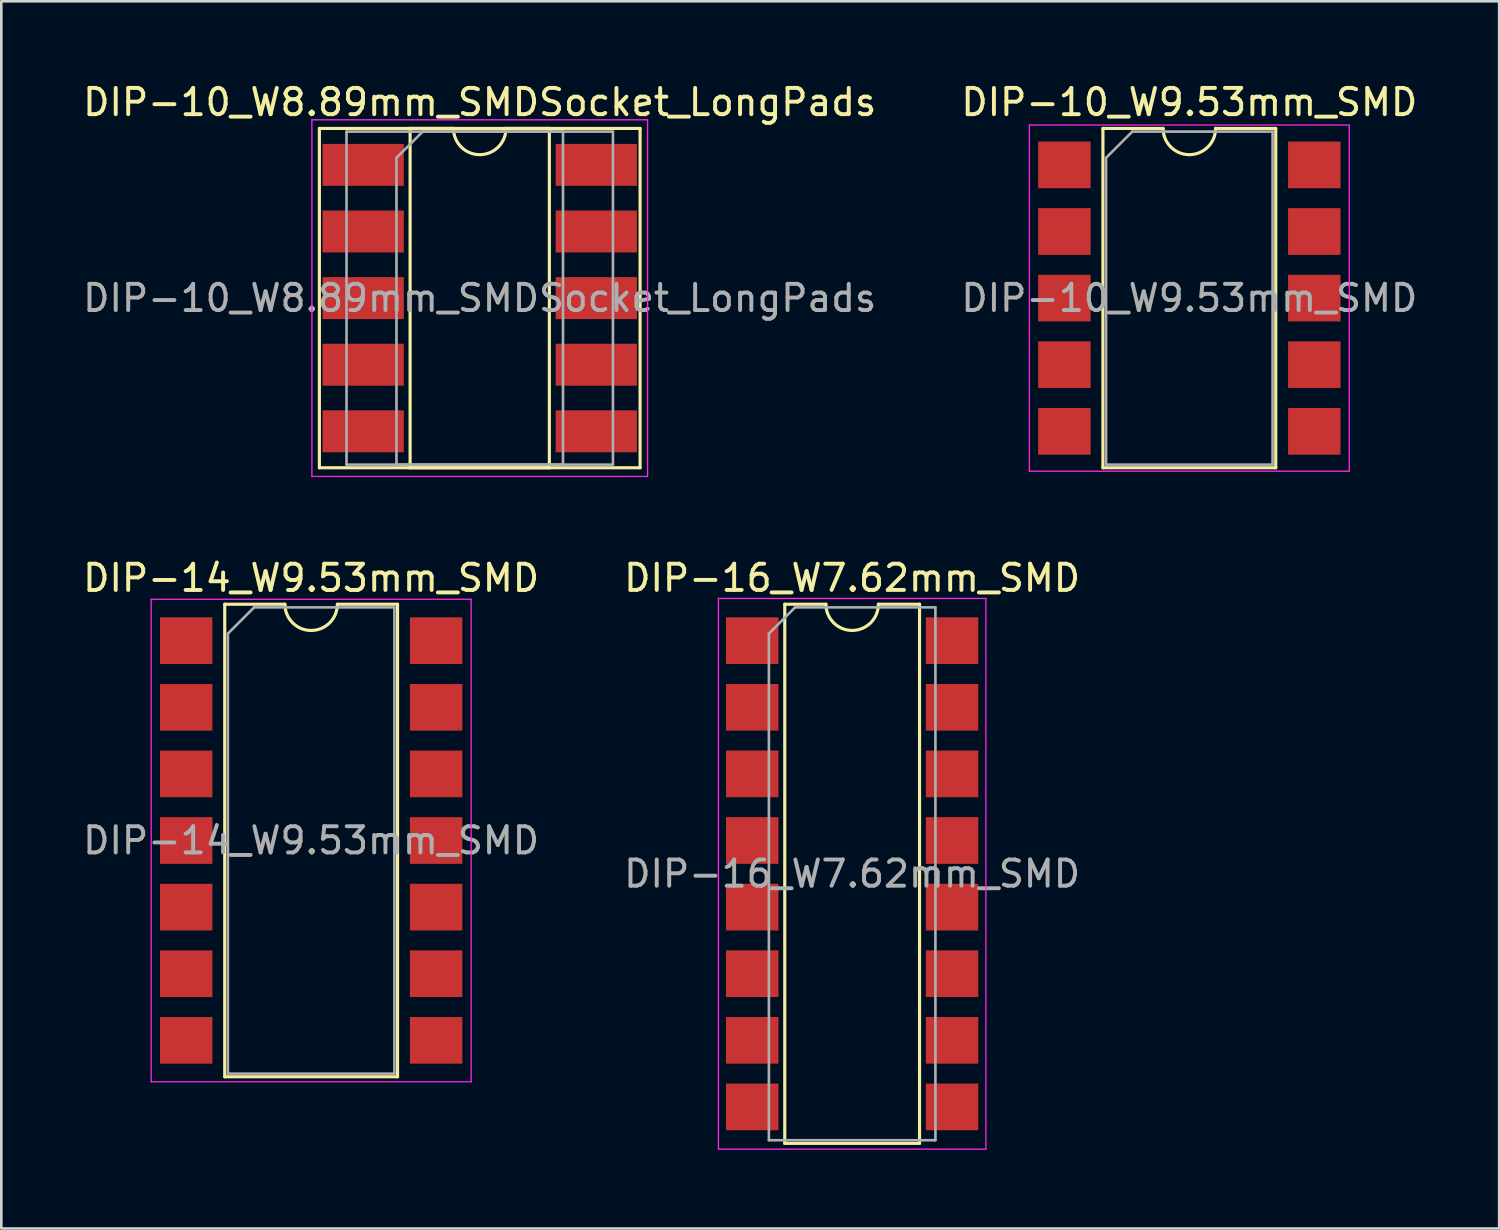
<source format=kicad_pcb>
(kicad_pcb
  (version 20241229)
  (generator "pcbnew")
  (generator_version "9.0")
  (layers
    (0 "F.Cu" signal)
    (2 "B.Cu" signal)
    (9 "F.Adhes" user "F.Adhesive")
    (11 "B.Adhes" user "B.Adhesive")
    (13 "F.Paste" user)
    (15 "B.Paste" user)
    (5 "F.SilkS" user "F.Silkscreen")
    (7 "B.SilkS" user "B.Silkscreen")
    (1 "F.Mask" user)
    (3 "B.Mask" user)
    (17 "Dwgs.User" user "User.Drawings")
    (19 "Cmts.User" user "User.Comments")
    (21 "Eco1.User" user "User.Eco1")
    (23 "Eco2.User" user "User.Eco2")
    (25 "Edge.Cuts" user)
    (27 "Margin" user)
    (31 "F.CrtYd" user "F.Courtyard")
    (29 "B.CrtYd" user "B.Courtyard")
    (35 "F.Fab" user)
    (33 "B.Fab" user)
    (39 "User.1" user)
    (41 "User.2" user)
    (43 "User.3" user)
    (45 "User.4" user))
  (footprint "DIP-10_W8.89mm_SMDSocket_LongPads"
    (layer "F.Cu")
    (at 15.244 8.318)
    (property "Reference" "DIP-10_W8.89mm_SMDSocket_LongPads" (at 0 -7.47 0) (layer "F.SilkS") (effects (font (size 1 1) (thickness 0.15))))
    (attr smd)
    (fp_line (start -6.115 -6.47) (end -6.115 6.47) (stroke (width 0.12) (type solid)) (layer "F.SilkS"))
    (fp_line (start -6.115 6.47) (end 6.115 6.47) (stroke (width 0.12) (type solid)) (layer "F.SilkS"))
    (fp_line (start -2.655 -6.47) (end -2.655 6.47) (stroke (width 0.12) (type solid)) (layer "F.SilkS"))
    (fp_line (start -2.655 6.47) (end 2.655 6.47) (stroke (width 0.12) (type solid)) (layer "F.SilkS"))
    (fp_line (start -1 -6.47) (end -2.655 -6.47) (stroke (width 0.12) (type solid)) (layer "F.SilkS"))
    (fp_line (start 2.655 -6.47) (end 1 -6.47) (stroke (width 0.12) (type solid)) (layer "F.SilkS"))
    (fp_line (start 2.655 6.47) (end 2.655 -6.47) (stroke (width 0.12) (type solid)) (layer "F.SilkS"))
    (fp_line (start 6.115 -6.47) (end -6.115 -6.47) (stroke (width 0.12) (type solid)) (layer "F.SilkS"))
    (fp_line (start 6.115 6.47) (end 6.115 -6.47) (stroke (width 0.12) (type solid)) (layer "F.SilkS"))
    (fp_arc (start 1 -6.47) (mid 0 -5.47) (end -1 -6.47) (stroke (width 0.12) (type solid)) (layer "F.SilkS"))
    (fp_line (start -6.4 -6.8) (end -6.4 6.8) (stroke (width 0.05) (type solid)) (layer "F.CrtYd"))
    (fp_line (start -6.4 6.8) (end 6.4 6.8) (stroke (width 0.05) (type solid)) (layer "F.CrtYd"))
    (fp_line (start 6.4 -6.8) (end -6.4 -6.8) (stroke (width 0.05) (type solid)) (layer "F.CrtYd"))
    (fp_line (start 6.4 6.8) (end 6.4 -6.8) (stroke (width 0.05) (type solid)) (layer "F.CrtYd"))
    (fp_line (start -5.08 -6.35) (end -5.08 6.35) (stroke (width 0.1) (type solid)) (layer "F.Fab"))
    (fp_line (start -5.08 6.35) (end 5.08 6.35) (stroke (width 0.1) (type solid)) (layer "F.Fab"))
    (fp_line (start -3.175 -5.35) (end -2.175 -6.35) (stroke (width 0.1) (type solid)) (layer "F.Fab"))
    (fp_line (start -3.175 6.35) (end -3.175 -5.35) (stroke (width 0.1) (type solid)) (layer "F.Fab"))
    (fp_line (start -2.175 -6.35) (end 3.175 -6.35) (stroke (width 0.1) (type solid)) (layer "F.Fab"))
    (fp_line (start 3.175 -6.35) (end 3.175 6.35) (stroke (width 0.1) (type solid)) (layer "F.Fab"))
    (fp_line (start 3.175 6.35) (end -3.175 6.35) (stroke (width 0.1) (type solid)) (layer "F.Fab"))
    (fp_line (start 5.08 -6.35) (end -5.08 -6.35) (stroke (width 0.1) (type solid)) (layer "F.Fab"))
    (fp_line (start 5.08 6.35) (end 5.08 -6.35) (stroke (width 0.1) (type solid)) (layer "F.Fab"))
    (fp_text user "${REFERENCE}" (at 0 0 0) (layer "F.Fab") (effects (font (size 1 1) (thickness 0.15))))
    (pad "1" smd rect (at -4.445 -5.08) (size 3.1 1.6) (layers "F.Cu" "F.Mask" "F.Paste"))
    (pad "2" smd rect (at -4.445 -2.54) (size 3.1 1.6) (layers "F.Cu" "F.Mask" "F.Paste"))
    (pad "3" smd rect (at -4.445 0) (size 3.1 1.6) (layers "F.Cu" "F.Mask" "F.Paste"))
    (pad "4" smd rect (at -4.445 2.54) (size 3.1 1.6) (layers "F.Cu" "F.Mask" "F.Paste"))
    (pad "5" smd rect (at -4.445 5.08) (size 3.1 1.6) (layers "F.Cu" "F.Mask" "F.Paste"))
    (pad "6" smd rect (at 4.445 5.08) (size 3.1 1.6) (layers "F.Cu" "F.Mask" "F.Paste"))
    (pad "7" smd rect (at 4.445 2.54) (size 3.1 1.6) (layers "F.Cu" "F.Mask" "F.Paste"))
    (pad "8" smd rect (at 4.445 0) (size 3.1 1.6) (layers "F.Cu" "F.Mask" "F.Paste"))
    (pad "9" smd rect (at 4.445 -2.54) (size 3.1 1.6) (layers "F.Cu" "F.Mask" "F.Paste"))
    (pad "10" smd rect (at 4.445 -5.08) (size 3.1 1.6) (layers "F.Cu" "F.Mask" "F.Paste")))
  (footprint "DIP-16_W7.62mm_SMD"
    (layer "F.Cu")
    (at 29.446 30.271)
    (property "Reference" "DIP-16_W7.62mm_SMD" (at 0 -11.28 0) (layer "F.SilkS") (effects (font (size 1 1) (thickness 0.15))))
    (attr smd)
    (fp_line (start -2.57 -10.28) (end -2.57 10.28) (stroke (width 0.12) (type solid)) (layer "F.SilkS"))
    (fp_line (start -2.57 10.28) (end 2.57 10.28) (stroke (width 0.12) (type solid)) (layer "F.SilkS"))
    (fp_line (start -1 -10.28) (end -2.57 -10.28) (stroke (width 0.12) (type solid)) (layer "F.SilkS"))
    (fp_line (start 2.57 -10.28) (end 1 -10.28) (stroke (width 0.12) (type solid)) (layer "F.SilkS"))
    (fp_line (start 2.57 10.28) (end 2.57 -10.28) (stroke (width 0.12) (type solid)) (layer "F.SilkS"))
    (fp_arc (start 1 -10.28) (mid 0 -9.28) (end -1 -10.28) (stroke (width 0.12) (type solid)) (layer "F.SilkS"))
    (fp_line (start -5.1 -10.5) (end -5.1 10.5) (stroke (width 0.05) (type solid)) (layer "F.CrtYd"))
    (fp_line (start -5.1 10.5) (end 5.1 10.5) (stroke (width 0.05) (type solid)) (layer "F.CrtYd"))
    (fp_line (start 5.1 -10.5) (end -5.1 -10.5) (stroke (width 0.05) (type solid)) (layer "F.CrtYd"))
    (fp_line (start 5.1 10.5) (end 5.1 -10.5) (stroke (width 0.05) (type solid)) (layer "F.CrtYd"))
    (fp_line (start -3.175 -9.16) (end -2.175 -10.16) (stroke (width 0.1) (type solid)) (layer "F.Fab"))
    (fp_line (start -3.175 10.16) (end -3.175 -9.16) (stroke (width 0.1) (type solid)) (layer "F.Fab"))
    (fp_line (start -2.175 -10.16) (end 3.175 -10.16) (stroke (width 0.1) (type solid)) (layer "F.Fab"))
    (fp_line (start 3.175 -10.16) (end 3.175 10.16) (stroke (width 0.1) (type solid)) (layer "F.Fab"))
    (fp_line (start 3.175 10.16) (end -3.175 10.16) (stroke (width 0.1) (type solid)) (layer "F.Fab"))
    (fp_text user "${REFERENCE}" (at 0 0 0) (layer "F.Fab") (effects (font (size 1 1) (thickness 0.15))))
    (pad "1" smd rect (at -3.81 -8.89) (size 2 1.78) (layers "F.Cu" "F.Mask" "F.Paste"))
    (pad "2" smd rect (at -3.81 -6.35) (size 2 1.78) (layers "F.Cu" "F.Mask" "F.Paste"))
    (pad "3" smd rect (at -3.81 -3.81) (size 2 1.78) (layers "F.Cu" "F.Mask" "F.Paste"))
    (pad "4" smd rect (at -3.81 -1.27) (size 2 1.78) (layers "F.Cu" "F.Mask" "F.Paste"))
    (pad "5" smd rect (at -3.81 1.27) (size 2 1.78) (layers "F.Cu" "F.Mask" "F.Paste"))
    (pad "6" smd rect (at -3.81 3.81) (size 2 1.78) (layers "F.Cu" "F.Mask" "F.Paste"))
    (pad "7" smd rect (at -3.81 6.35) (size 2 1.78) (layers "F.Cu" "F.Mask" "F.Paste"))
    (pad "8" smd rect (at -3.81 8.89) (size 2 1.78) (layers "F.Cu" "F.Mask" "F.Paste"))
    (pad "9" smd rect (at 3.81 8.89) (size 2 1.78) (layers "F.Cu" "F.Mask" "F.Paste"))
    (pad "10" smd rect (at 3.81 6.35) (size 2 1.78) (layers "F.Cu" "F.Mask" "F.Paste"))
    (pad "11" smd rect (at 3.81 3.81) (size 2 1.78) (layers "F.Cu" "F.Mask" "F.Paste"))
    (pad "12" smd rect (at 3.81 1.27) (size 2 1.78) (layers "F.Cu" "F.Mask" "F.Paste"))
    (pad "13" smd rect (at 3.81 -1.27) (size 2 1.78) (layers "F.Cu" "F.Mask" "F.Paste"))
    (pad "14" smd rect (at 3.81 -3.81) (size 2 1.78) (layers "F.Cu" "F.Mask" "F.Paste"))
    (pad "15" smd rect (at 3.81 -6.35) (size 2 1.78) (layers "F.Cu" "F.Mask" "F.Paste"))
    (pad "16" smd rect (at 3.81 -8.89) (size 2 1.78) (layers "F.Cu" "F.Mask" "F.Paste")))
  (footprint "DIP-14_W9.53mm_SMD"
    (layer "F.Cu")
    (at 8.815 29.002)
    (property "Reference" "DIP-14_W9.53mm_SMD" (at 0 -10.01 0) (layer "F.SilkS") (effects (font (size 1 1) (thickness 0.15))))
    (attr smd)
    (fp_line (start -3.295 -9.01) (end -3.295 9.01) (stroke (width 0.12) (type solid)) (layer "F.SilkS"))
    (fp_line (start -3.295 9.01) (end 3.295 9.01) (stroke (width 0.12) (type solid)) (layer "F.SilkS"))
    (fp_line (start -1 -9.01) (end -3.295 -9.01) (stroke (width 0.12) (type solid)) (layer "F.SilkS"))
    (fp_line (start 3.295 -9.01) (end 1 -9.01) (stroke (width 0.12) (type solid)) (layer "F.SilkS"))
    (fp_line (start 3.295 9.01) (end 3.295 -9.01) (stroke (width 0.12) (type solid)) (layer "F.SilkS"))
    (fp_arc (start 1 -9.01) (mid 0 -8.01) (end -1 -9.01) (stroke (width 0.12) (type solid)) (layer "F.SilkS"))
    (fp_line (start -6.1 -9.2) (end -6.1 9.2) (stroke (width 0.05) (type solid)) (layer "F.CrtYd"))
    (fp_line (start -6.1 9.2) (end 6.1 9.2) (stroke (width 0.05) (type solid)) (layer "F.CrtYd"))
    (fp_line (start 6.1 -9.2) (end -6.1 -9.2) (stroke (width 0.05) (type solid)) (layer "F.CrtYd"))
    (fp_line (start 6.1 9.2) (end 6.1 -9.2) (stroke (width 0.05) (type solid)) (layer "F.CrtYd"))
    (fp_line (start -3.175 -7.89) (end -2.175 -8.89) (stroke (width 0.1) (type solid)) (layer "F.Fab"))
    (fp_line (start -3.175 8.89) (end -3.175 -7.89) (stroke (width 0.1) (type solid)) (layer "F.Fab"))
    (fp_line (start -2.175 -8.89) (end 3.175 -8.89) (stroke (width 0.1) (type solid)) (layer "F.Fab"))
    (fp_line (start 3.175 -8.89) (end 3.175 8.89) (stroke (width 0.1) (type solid)) (layer "F.Fab"))
    (fp_line (start 3.175 8.89) (end -3.175 8.89) (stroke (width 0.1) (type solid)) (layer "F.Fab"))
    (fp_text user "${REFERENCE}" (at 0 0 0) (layer "F.Fab") (effects (font (size 1 1) (thickness 0.15))))
    (pad "1" smd rect (at -4.765 -7.62) (size 2 1.78) (layers "F.Cu" "F.Mask" "F.Paste"))
    (pad "2" smd rect (at -4.765 -5.08) (size 2 1.78) (layers "F.Cu" "F.Mask" "F.Paste"))
    (pad "3" smd rect (at -4.765 -2.54) (size 2 1.78) (layers "F.Cu" "F.Mask" "F.Paste"))
    (pad "4" smd rect (at -4.765 0) (size 2 1.78) (layers "F.Cu" "F.Mask" "F.Paste"))
    (pad "5" smd rect (at -4.765 2.54) (size 2 1.78) (layers "F.Cu" "F.Mask" "F.Paste"))
    (pad "6" smd rect (at -4.765 5.08) (size 2 1.78) (layers "F.Cu" "F.Mask" "F.Paste"))
    (pad "7" smd rect (at -4.765 7.62) (size 2 1.78) (layers "F.Cu" "F.Mask" "F.Paste"))
    (pad "8" smd rect (at 4.765 7.62) (size 2 1.78) (layers "F.Cu" "F.Mask" "F.Paste"))
    (pad "9" smd rect (at 4.765 5.08) (size 2 1.78) (layers "F.Cu" "F.Mask" "F.Paste"))
    (pad "10" smd rect (at 4.765 2.54) (size 2 1.78) (layers "F.Cu" "F.Mask" "F.Paste"))
    (pad "11" smd rect (at 4.765 0) (size 2 1.78) (layers "F.Cu" "F.Mask" "F.Paste"))
    (pad "12" smd rect (at 4.765 -2.54) (size 2 1.78) (layers "F.Cu" "F.Mask" "F.Paste"))
    (pad "13" smd rect (at 4.765 -5.08) (size 2 1.78) (layers "F.Cu" "F.Mask" "F.Paste"))
    (pad "14" smd rect (at 4.765 -7.62) (size 2 1.78) (layers "F.Cu" "F.Mask" "F.Paste")))
  (footprint "DIP-10_W9.53mm_SMD"
    (layer "F.Cu")
    (at 42.304 8.318)
    (property "Reference" "DIP-10_W9.53mm_SMD" (at 0 -7.47 0) (layer "F.SilkS") (effects (font (size 1 1) (thickness 0.15))))
    (attr smd)
    (fp_line (start -3.295 -6.47) (end -3.295 6.47) (stroke (width 0.12) (type solid)) (layer "F.SilkS"))
    (fp_line (start -3.295 6.47) (end 3.295 6.47) (stroke (width 0.12) (type solid)) (layer "F.SilkS"))
    (fp_line (start -1 -6.47) (end -3.295 -6.47) (stroke (width 0.12) (type solid)) (layer "F.SilkS"))
    (fp_line (start 3.295 -6.47) (end 1 -6.47) (stroke (width 0.12) (type solid)) (layer "F.SilkS"))
    (fp_line (start 3.295 6.47) (end 3.295 -6.47) (stroke (width 0.12) (type solid)) (layer "F.SilkS"))
    (fp_arc (start 1 -6.47) (mid 0 -5.47) (end -1 -6.47) (stroke (width 0.12) (type solid)) (layer "F.SilkS"))
    (fp_line (start -6.1 -6.6) (end -6.1 6.6) (stroke (width 0.05) (type solid)) (layer "F.CrtYd"))
    (fp_line (start -6.1 6.6) (end 6.1 6.6) (stroke (width 0.05) (type solid)) (layer "F.CrtYd"))
    (fp_line (start 6.1 -6.6) (end -6.1 -6.6) (stroke (width 0.05) (type solid)) (layer "F.CrtYd"))
    (fp_line (start 6.1 6.6) (end 6.1 -6.6) (stroke (width 0.05) (type solid)) (layer "F.CrtYd"))
    (fp_line (start -3.175 -5.35) (end -2.175 -6.35) (stroke (width 0.1) (type solid)) (layer "F.Fab"))
    (fp_line (start -3.175 6.35) (end -3.175 -5.35) (stroke (width 0.1) (type solid)) (layer "F.Fab"))
    (fp_line (start -2.175 -6.35) (end 3.175 -6.35) (stroke (width 0.1) (type solid)) (layer "F.Fab"))
    (fp_line (start 3.175 -6.35) (end 3.175 6.35) (stroke (width 0.1) (type solid)) (layer "F.Fab"))
    (fp_line (start 3.175 6.35) (end -3.175 6.35) (stroke (width 0.1) (type solid)) (layer "F.Fab"))
    (fp_text user "${REFERENCE}" (at 0 0 0) (layer "F.Fab") (effects (font (size 1 1) (thickness 0.15))))
    (pad "1" smd rect (at -4.765 -5.08) (size 2 1.78) (layers "F.Cu" "F.Mask" "F.Paste"))
    (pad "2" smd rect (at -4.765 -2.54) (size 2 1.78) (layers "F.Cu" "F.Mask" "F.Paste"))
    (pad "3" smd rect (at -4.765 0) (size 2 1.78) (layers "F.Cu" "F.Mask" "F.Paste"))
    (pad "4" smd rect (at -4.765 2.54) (size 2 1.78) (layers "F.Cu" "F.Mask" "F.Paste"))
    (pad "5" smd rect (at -4.765 5.08) (size 2 1.78) (layers "F.Cu" "F.Mask" "F.Paste"))
    (pad "6" smd rect (at 4.765 5.08) (size 2 1.78) (layers "F.Cu" "F.Mask" "F.Paste"))
    (pad "7" smd rect (at 4.765 2.54) (size 2 1.78) (layers "F.Cu" "F.Mask" "F.Paste"))
    (pad "8" smd rect (at 4.765 0) (size 2 1.78) (layers "F.Cu" "F.Mask" "F.Paste"))
    (pad "9" smd rect (at 4.765 -2.54) (size 2 1.78) (layers "F.Cu" "F.Mask" "F.Paste"))
    (pad "10" smd rect (at 4.765 -5.08) (size 2 1.78) (layers "F.Cu" "F.Mask" "F.Paste")))
  (gr_rect
    (start -3 -3)
    (end 54.119 43.797)
    (stroke (width 0.1) (type default))
    (fill no)
    (layer "Edge.Cuts")))
</source>
